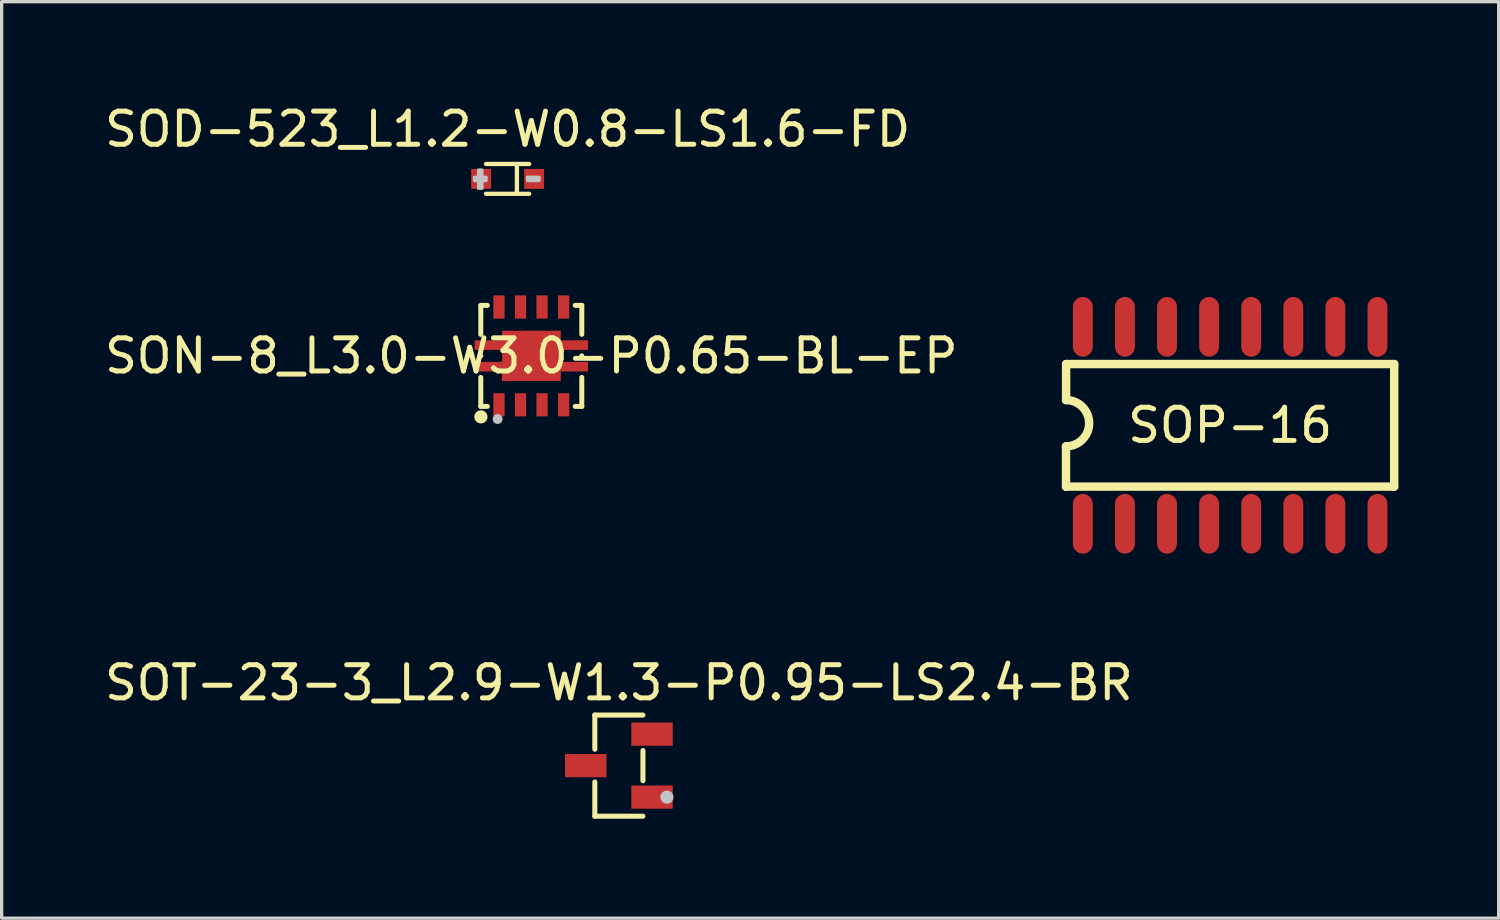
<source format=kicad_pcb>
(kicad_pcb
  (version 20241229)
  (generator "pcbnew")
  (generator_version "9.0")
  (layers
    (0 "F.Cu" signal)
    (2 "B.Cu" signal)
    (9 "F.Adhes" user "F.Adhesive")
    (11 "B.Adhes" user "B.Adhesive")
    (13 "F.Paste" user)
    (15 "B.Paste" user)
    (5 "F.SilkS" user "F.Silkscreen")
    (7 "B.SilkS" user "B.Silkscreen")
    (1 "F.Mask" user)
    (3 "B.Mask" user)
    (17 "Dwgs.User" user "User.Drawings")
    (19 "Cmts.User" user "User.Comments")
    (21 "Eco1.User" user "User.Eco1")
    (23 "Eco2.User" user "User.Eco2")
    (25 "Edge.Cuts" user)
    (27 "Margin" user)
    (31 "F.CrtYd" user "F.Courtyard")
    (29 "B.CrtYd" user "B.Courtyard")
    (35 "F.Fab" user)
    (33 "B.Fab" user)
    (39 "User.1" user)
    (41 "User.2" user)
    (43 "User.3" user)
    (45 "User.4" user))
  (footprint "SOT-23-3_L2.9-W1.3-P0.95-LS2.4-BR"
    (layer "F.Cu")
    (at 15.625 20.053)
    (property "Reference" "SOT-23-3_L2.9-W1.3-P0.95-LS2.4-BR" (at 0 -2.5 0) (layer "F.SilkS") (effects (font (size 1 1) (thickness 0.15))))
    (fp_line (start -0.726 -1.526) (end -0.726 -0.494) (stroke (width 0.152) (type default)) (layer "F.SilkS"))
    (fp_line (start -0.726 1.526) (end -0.726 0.494) (stroke (width 0.152) (type default)) (layer "F.SilkS"))
    (fp_line (start 0.726 -1.526) (end -0.726 -1.526) (stroke (width 0.152) (type default)) (layer "F.SilkS"))
    (fp_line (start 0.726 -0.456) (end 0.726 0.456) (stroke (width 0.152) (type default)) (layer "F.SilkS"))
    (fp_line (start 0.726 1.526) (end -0.726 1.526) (stroke (width 0.152) (type default)) (layer "F.SilkS"))
    (fp_circle (center 1.45 0.95) (end 1.55 0.95) (stroke (width 0.2) (type default)) (fill no) (layer "Dwgs.User"))
    (fp_poly (pts (xy -1.2 0.2) (xy -1.2 -0.2) (xy -0.8 -0.2) (xy -0.8 0.2)) (stroke (width 0.1) (type default)) (fill no) (layer "User.1"))
    (fp_poly (pts (xy -0.81 0.2) (xy -0.81 -0.2) (xy -0.64 -0.2) (xy -0.64 0.2)) (stroke (width 0.1) (type default)) (fill no) (layer "User.1"))
    (fp_poly (pts (xy 0.64 -0.75) (xy 0.64 -1.15) (xy 0.81 -1.15) (xy 0.81 -0.75)) (stroke (width 0.1) (type default)) (fill no) (layer "User.1"))
    (fp_poly (pts (xy 0.64 1.15) (xy 0.64 0.75) (xy 0.81 0.75) (xy 0.81 1.15)) (stroke (width 0.1) (type default)) (fill no) (layer "User.1"))
    (fp_poly (pts (xy 0.8 -0.75) (xy 0.8 -1.15) (xy 1.2 -1.15) (xy 1.2 -0.75)) (stroke (width 0.1) (type default)) (fill no) (layer "User.1"))
    (fp_poly (pts (xy 0.8 1.15) (xy 0.8 0.75) (xy 1.2 0.75) (xy 1.2 1.15)) (stroke (width 0.1) (type default)) (fill no) (layer "User.1"))
    (fp_line (start -0.65 -1.45) (end 0.65 -1.45) (stroke (width 0.051) (type default)) (layer "User.2"))
    (fp_line (start -0.65 1.45) (end -0.65 -1.45) (stroke (width 0.051) (type default)) (layer "User.2"))
    (fp_line (start 0.65 -1.45) (end 0.65 1.45) (stroke (width 0.051) (type default)) (layer "User.2"))
    (fp_line (start 0.65 1.45) (end -0.65 1.45) (stroke (width 0.051) (type default)) (layer "User.2"))
    (fp_poly (pts (xy 1.26 1.45) (xy 1.242 1.408) (xy 1.2 1.39) (xy 1.158 1.408) (xy 1.14 1.45) (xy 1.158 1.492) (xy 1.2 1.51) (xy 1.242 1.492)) (stroke (width 0.1) (type default)) (fill no) (layer "User.3"))
    (pad "1" smd rect (at 1 0.95) (size 1.25 0.7) (layers "F.Cu" "F.Mask" "F.Paste"))
    (pad "2" smd rect (at 1 -0.95) (size 1.25 0.7) (layers "F.Cu" "F.Mask" "F.Paste"))
    (pad "3" smd rect (at -1 0) (size 1.25 0.7) (layers "F.Cu" "F.Mask" "F.Paste")))
  (footprint "SON-8_L3.0-W3.0-P0.65-BL-EP"
    (layer "F.Cu")
    (at 12.982 7.689)
    (property "Reference" "SON-8_L3.0-W3.0-P0.65-BL-EP" (at 0 0 0) (layer "F.SilkS") (effects (font (size 1 1) (thickness 0.15))))
    (fp_line (start -1.524 -1.524) (end -1.524 -0.649) (stroke (width 0.15) (type default)) (layer "F.SilkS"))
    (fp_line (start -1.524 -0.001) (end -1.524 0.001) (stroke (width 0.15) (type default)) (layer "F.SilkS"))
    (fp_line (start -1.524 0.649) (end -1.524 1.524) (stroke (width 0.15) (type default)) (layer "F.SilkS"))
    (fp_line (start -1.524 1.524) (end -1.325 1.524) (stroke (width 0.15) (type default)) (layer "F.SilkS"))
    (fp_line (start -1.325 -1.524) (end -1.524 -1.524) (stroke (width 0.15) (type default)) (layer "F.SilkS"))
    (fp_line (start 1.325 1.524) (end 1.524 1.524) (stroke (width 0.15) (type default)) (layer "F.SilkS"))
    (fp_line (start 1.524 -1.524) (end 1.325 -1.524) (stroke (width 0.15) (type default)) (layer "F.SilkS"))
    (fp_line (start 1.524 -0.649) (end 1.524 -1.524) (stroke (width 0.15) (type default)) (layer "F.SilkS"))
    (fp_line (start 1.524 0.001) (end 1.524 -0.001) (stroke (width 0.15) (type default)) (layer "F.SilkS"))
    (fp_line (start 1.524 1.524) (end 1.524 0.649) (stroke (width 0.15) (type default)) (layer "F.SilkS"))
    (fp_circle (center -1.52 1.84) (end -1.42 1.84) (stroke (width 0.2) (type default)) (fill no) (layer "F.SilkS"))
    (fp_circle (center -1.016 1.905) (end -0.941 1.905) (stroke (width 0.15) (type default)) (fill no) (layer "Dwgs.User"))
    (fp_poly (pts (xy -1.131 1.125) (xy -0.821 1.125) (xy -0.821 1.526) (xy -1.131 1.526)) (stroke (width 0.1) (type default)) (fill no) (layer "User.1"))
    (fp_poly (pts (xy -0.821 -1.125) (xy -1.131 -1.125) (xy -1.131 -1.526) (xy -0.821 -1.526)) (stroke (width 0.1) (type default)) (fill no) (layer "User.1"))
    (fp_poly (pts (xy -0.48 1.125) (xy -0.17 1.125) (xy -0.17 1.526) (xy -0.48 1.526)) (stroke (width 0.1) (type default)) (fill no) (layer "User.1"))
    (fp_poly (pts (xy -0.17 -1.125) (xy -0.48 -1.125) (xy -0.48 -1.526) (xy -0.17 -1.526)) (stroke (width 0.1) (type default)) (fill no) (layer "User.1"))
    (fp_poly (pts (xy 0.17 1.125) (xy 0.48 1.125) (xy 0.48 1.526) (xy 0.17 1.526)) (stroke (width 0.1) (type default)) (fill no) (layer "User.1"))
    (fp_poly (pts (xy 0.48 -1.125) (xy 0.17 -1.125) (xy 0.17 -1.526) (xy 0.48 -1.526)) (stroke (width 0.1) (type default)) (fill no) (layer "User.1"))
    (fp_poly (pts (xy 0.821 1.125) (xy 1.131 1.125) (xy 1.131 1.526) (xy 0.821 1.526)) (stroke (width 0.1) (type default)) (fill no) (layer "User.1"))
    (fp_poly (pts (xy 1.131 -1.125) (xy 0.821 -1.125) (xy 0.821 -1.526) (xy 1.131 -1.526)) (stroke (width 0.1) (type default)) (fill no) (layer "User.1"))
    (fp_poly (pts (xy -0.89 0.76) (xy -0.89 0.47) (xy -1.5 0.47) (xy -1.5 0.18) (xy -0.88 0.18) (xy -0.88 -0.18) (xy -1.5 -0.18) (xy -1.5 -0.47) (xy -0.88 -0.47) (xy -0.88 -0.76) (xy 0.89 -0.76) (xy 0.89 -0.47) (xy 1.5 -0.47) (xy 1.5 -0.18) (xy 0.89 -0.18) (xy 0.89 0.18) (xy 1.5 0.18) (xy 1.5 0.381) (xy 1.5 0.46) (xy 0.89 0.47) (xy 0.89 0.76)) (stroke (width 0.1) (type default)) (fill no) (layer "User.1"))
    (fp_line (start -1.5 -1.5) (end 1.5 -1.5) (stroke (width 0.051) (type default)) (layer "User.2"))
    (fp_line (start -1.5 1.5) (end -1.5 -1.5) (stroke (width 0.051) (type default)) (layer "User.2"))
    (fp_line (start 1.5 -1.5) (end 1.5 1.5) (stroke (width 0.051) (type default)) (layer "User.2"))
    (fp_line (start 1.5 1.5) (end -1.5 1.5) (stroke (width 0.051) (type default)) (layer "User.2"))
    (fp_poly (pts (xy -1.44 1.526) (xy -1.458 1.483) (xy -1.5 1.466) (xy -1.542 1.483) (xy -1.56 1.526) (xy -1.542 1.568) (xy -1.5 1.585) (xy -1.458 1.568)) (stroke (width 0.1) (type default)) (fill no) (layer "User.3"))
    (pad "1" smd rect (at -0.976 1.476) (size 0.34 0.7) (layers "F.Cu" "F.Mask" "F.Paste"))
    (pad "2" smd rect (at -0.325 1.476) (size 0.34 0.7) (layers "F.Cu" "F.Mask" "F.Paste"))
    (pad "3" smd rect (at 0.325 1.476) (size 0.34 0.7) (layers "F.Cu" "F.Mask" "F.Paste"))
    (pad "4" smd rect (at 0.976 1.476) (size 0.34 0.7) (layers "F.Cu" "F.Mask" "F.Paste"))
    (pad "5" smd rect (at 0.976 -1.476 180) (size 0.34 0.7) (layers "F.Cu" "F.Mask" "F.Paste"))
    (pad "6" smd rect (at 0.325 -1.476 180) (size 0.34 0.7) (layers "F.Cu" "F.Mask" "F.Paste"))
    (pad "7" smd rect (at -0.325 -1.476 180) (size 0.34 0.7) (layers "F.Cu" "F.Mask" "F.Paste"))
    (pad "8" smd rect (at -0.976 -1.476 180) (size 0.34 0.7) (layers "F.Cu" "F.Mask" "F.Paste"))
    (pad "9" smd custom (at 0.005 0) (size 0.000001 0.000001) (layers "F.Cu" "F.Mask" "F.Paste") (options (anchor circle)) (primitives (gr_poly (pts (xy -0.895 0.76) (xy -0.895 0.47) (xy -1.715 0.47) (xy -1.715 0.18) (xy -0.885 0.18) (xy -0.885 -0.18) (xy -1.715 -0.18) (xy -1.715 -0.47) (xy -0.885 -0.47) (xy -0.885 -0.76) (xy 0.885 -0.76) (xy 0.885 -0.47) (xy 1.705 -0.47) (xy 1.705 -0.18) (xy 0.885 -0.18) (xy 0.885 0.18) (xy 1.705 0.18) (xy 1.705 0.47) (xy 0.885 0.47) (xy 0.885 0.76)) (width 0) (fill yes)))))
  (footprint "SOP-16"
    (layer "F.Cu")
    (at 34.07 9.784)
    (property "Reference" "SOP-16" (at 0 0 0) (layer "F.SilkS") (effects (font (size 1 1) (thickness 0.15))))
    (fp_line (start -4.953 0.635) (end -4.953 1.849) (stroke (width 0.254) (type default)) (layer "F.SilkS"))
    (fp_line (start -4.953 1.849) (end -4.95 1.849) (stroke (width 0.254) (type default)) (layer "F.SilkS"))
    (fp_line (start -4.95 -1.849) (end -4.95 -0.762) (stroke (width 0.254) (type default)) (layer "F.SilkS"))
    (fp_line (start -4.95 1.849) (end 4.95 1.849) (stroke (width 0.254) (type default)) (layer "F.SilkS"))
    (fp_line (start 4.95 -1.849) (end -4.95 -1.849) (stroke (width 0.254) (type default)) (layer "F.SilkS"))
    (fp_line (start 4.95 1.849) (end 4.95 -1.849) (stroke (width 0.254) (type default)) (layer "F.SilkS"))
    (fp_arc (start -4.953 -0.762) (mid -4.2545 -0.0635) (end -4.953 0.635) (stroke (width 0.254) (type default)) (layer "F.SilkS"))
    (fp_poly (pts (xy -4.745 -3.871) (xy -4.146 -3.871) (xy -4.146 -2.072) (xy -4.745 -2.072)) (stroke (width 0.1) (type default)) (fill no) (layer "User.1"))
    (fp_poly (pts (xy -4.745 2.072) (xy -4.146 2.072) (xy -4.146 3.871) (xy -4.745 3.871)) (stroke (width 0.1) (type default)) (fill no) (layer "User.1"))
    (fp_poly (pts (xy -3.474 -3.871) (xy -2.876 -3.871) (xy -2.876 -2.072) (xy -3.474 -2.072)) (stroke (width 0.1) (type default)) (fill no) (layer "User.1"))
    (fp_poly (pts (xy -3.474 2.072) (xy -2.876 2.072) (xy -2.876 3.871) (xy -3.474 3.871)) (stroke (width 0.1) (type default)) (fill no) (layer "User.1"))
    (fp_poly (pts (xy -2.204 -3.871) (xy -1.605 -3.871) (xy -1.605 -2.072) (xy -2.204 -2.072)) (stroke (width 0.1) (type default)) (fill no) (layer "User.1"))
    (fp_poly (pts (xy -2.204 2.072) (xy -1.605 2.072) (xy -1.605 3.871) (xy -2.204 3.871)) (stroke (width 0.1) (type default)) (fill no) (layer "User.1"))
    (fp_poly (pts (xy -0.934 -3.871) (xy -0.336 -3.871) (xy -0.336 -2.072) (xy -0.934 -2.072)) (stroke (width 0.1) (type default)) (fill no) (layer "User.1"))
    (fp_poly (pts (xy -0.934 2.072) (xy -0.336 2.072) (xy -0.336 3.871) (xy -0.934 3.871)) (stroke (width 0.1) (type default)) (fill no) (layer "User.1"))
    (fp_poly (pts (xy 0.336 -3.871) (xy 0.934 -3.871) (xy 0.934 -2.072) (xy 0.336 -2.072)) (stroke (width 0.1) (type default)) (fill no) (layer "User.1"))
    (fp_poly (pts (xy 0.336 2.072) (xy 0.934 2.072) (xy 0.934 3.871) (xy 0.336 3.871)) (stroke (width 0.1) (type default)) (fill no) (layer "User.1"))
    (fp_poly (pts (xy 1.605 -3.871) (xy 2.204 -3.871) (xy 2.204 -2.072) (xy 1.605 -2.072)) (stroke (width 0.1) (type default)) (fill no) (layer "User.1"))
    (fp_poly (pts (xy 1.605 2.072) (xy 2.204 2.072) (xy 2.204 3.871) (xy 1.605 3.871)) (stroke (width 0.1) (type default)) (fill no) (layer "User.1"))
    (fp_poly (pts (xy 2.876 -3.871) (xy 3.474 -3.871) (xy 3.474 -2.072) (xy 2.876 -2.072)) (stroke (width 0.1) (type default)) (fill no) (layer "User.1"))
    (fp_poly (pts (xy 2.876 2.072) (xy 3.474 2.072) (xy 3.474 3.871) (xy 2.876 3.871)) (stroke (width 0.1) (type default)) (fill no) (layer "User.1"))
    (fp_poly (pts (xy 4.146 -3.871) (xy 4.745 -3.871) (xy 4.745 -2.072) (xy 4.146 -2.072)) (stroke (width 0.1) (type default)) (fill no) (layer "User.1"))
    (fp_poly (pts (xy 4.146 2.072) (xy 4.745 2.072) (xy 4.745 3.871) (xy 4.146 3.871)) (stroke (width 0.1) (type default)) (fill no) (layer "User.1"))
    (fp_line (start -5.08 -3.871) (end 5.077 -3.871) (stroke (width 0.051) (type default)) (layer "User.2"))
    (fp_line (start -5.08 3.871) (end -5.08 -3.871) (stroke (width 0.051) (type default)) (layer "User.2"))
    (fp_line (start 5.077 -3.871) (end 5.077 3.871) (stroke (width 0.051) (type default)) (layer "User.2"))
    (fp_line (start 5.077 3.871) (end -5.08 3.871) (stroke (width 0.051) (type default)) (layer "User.2"))
    (pad "1" smd oval (at -4.445 2.972 180) (size 0.6 1.801) (layers "F.Cu" "F.Mask" "F.Paste"))
    (pad "2" smd oval (at -3.175 2.972 180) (size 0.6 1.801) (layers "F.Cu" "F.Mask" "F.Paste"))
    (pad "3" smd oval (at -1.905 2.972 180) (size 0.6 1.801) (layers "F.Cu" "F.Mask" "F.Paste"))
    (pad "4" smd oval (at -0.635 2.972 180) (size 0.6 1.801) (layers "F.Cu" "F.Mask" "F.Paste"))
    (pad "5" smd oval (at 0.635 2.972 180) (size 0.6 1.801) (layers "F.Cu" "F.Mask" "F.Paste"))
    (pad "6" smd oval (at 1.905 2.972 180) (size 0.6 1.801) (layers "F.Cu" "F.Mask" "F.Paste"))
    (pad "7" smd oval (at 3.175 2.972 180) (size 0.6 1.801) (layers "F.Cu" "F.Mask" "F.Paste"))
    (pad "8" smd oval (at 4.445 2.972 180) (size 0.6 1.801) (layers "F.Cu" "F.Mask" "F.Paste"))
    (pad "9" smd oval (at 4.445 -2.972 180) (size 0.6 1.801) (layers "F.Cu" "F.Mask" "F.Paste"))
    (pad "10" smd oval (at 3.175 -2.972 180) (size 0.6 1.801) (layers "F.Cu" "F.Mask" "F.Paste"))
    (pad "11" smd oval (at 1.905 -2.972 180) (size 0.6 1.801) (layers "F.Cu" "F.Mask" "F.Paste"))
    (pad "12" smd oval (at 0.635 -2.972 180) (size 0.6 1.801) (layers "F.Cu" "F.Mask" "F.Paste"))
    (pad "13" smd oval (at -0.635 -2.972 180) (size 0.6 1.801) (layers "F.Cu" "F.Mask" "F.Paste"))
    (pad "14" smd oval (at -1.905 -2.972 180) (size 0.6 1.801) (layers "F.Cu" "F.Mask" "F.Paste"))
    (pad "15" smd oval (at -3.175 -2.972 180) (size 0.6 1.801) (layers "F.Cu" "F.Mask" "F.Paste"))
    (pad "16" smd oval (at -4.445 -2.972 180) (size 0.6 1.801) (layers "F.Cu" "F.Mask" "F.Paste")))
  (footprint "SOD-523_L1.2-W0.8-LS1.6-FD"
    (layer "F.Cu")
    (at 12.268 2.348)
    (property "Reference" "SOD-523_L1.2-W0.8-LS1.6-FD" (at 0 -1.5 0) (layer "F.SilkS") (effects (font (size 1 1) (thickness 0.15))))
    (fp_line (start -0.65 -0.45) (end 0.65 -0.45) (stroke (width 0.13) (type default)) (layer "F.SilkS"))
    (fp_line (start -0.65 0.45) (end 0.65 0.45) (stroke (width 0.13) (type default)) (layer "F.SilkS"))
    (fp_line (start 0.28 -0.406) (end 0.28 0.444) (stroke (width 0.13) (type default)) (layer "F.SilkS"))
    (fp_poly (pts (xy -1 -0.05) (xy -0.65 -0.05) (xy -0.65 0.05) (xy -1 0.05)) (stroke (width 0.1) (type default)) (fill no) (layer "Dwgs.User"))
    (fp_poly (pts (xy -0.876 -0.266) (xy -0.776 -0.266) (xy -0.776 0.284) (xy -0.876 0.284)) (stroke (width 0.1) (type default)) (fill no) (layer "Dwgs.User"))
    (fp_poly (pts (xy 0.6 -0.05) (xy 0.95 -0.05) (xy 0.95 0.05) (xy 0.6 0.05)) (stroke (width 0.1) (type default)) (fill no) (layer "Dwgs.User"))
    (fp_poly (pts (xy -0.8 -0.15) (xy -0.508 -0.15) (xy -0.508 0.15) (xy -0.8 0.15)) (stroke (width 0.1) (type default)) (fill no) (layer "User.1"))
    (fp_poly (pts (xy 0.8 0.15) (xy 0.508 0.15) (xy 0.508 -0.15) (xy 0.8 -0.15)) (stroke (width 0.1) (type default)) (fill no) (layer "User.1"))
    (fp_line (start -0.6 -0.4) (end 0.6 -0.4) (stroke (width 0.051) (type default)) (layer "User.2"))
    (fp_line (start -0.6 0.4) (end -0.6 -0.4) (stroke (width 0.051) (type default)) (layer "User.2"))
    (fp_line (start 0.6 -0.4) (end 0.6 0.4) (stroke (width 0.051) (type default)) (layer "User.2"))
    (fp_line (start 0.6 0.4) (end -0.6 0.4) (stroke (width 0.051) (type default)) (layer "User.2"))
    (fp_poly (pts (xy -0.74 0.4) (xy -0.758 0.358) (xy -0.8 0.34) (xy -0.842 0.358) (xy -0.86 0.4) (xy -0.842 0.442) (xy -0.8 0.46) (xy -0.758 0.442)) (stroke (width 0.1) (type default)) (fill no) (layer "User.3"))
    (pad "1" smd rect (at -0.8 0) (size 0.6 0.6) (layers "F.Cu" "F.Mask" "F.Paste"))
    (pad "2" smd rect (at 0.8 0 180) (size 0.6 0.6) (layers "F.Cu" "F.Mask" "F.Paste")))
  (gr_rect
    (start -3 -3)
    (end 42.173 24.656)
    (stroke (width 0.1) (type default))
    (fill no)
    (layer "Edge.Cuts")))
</source>
